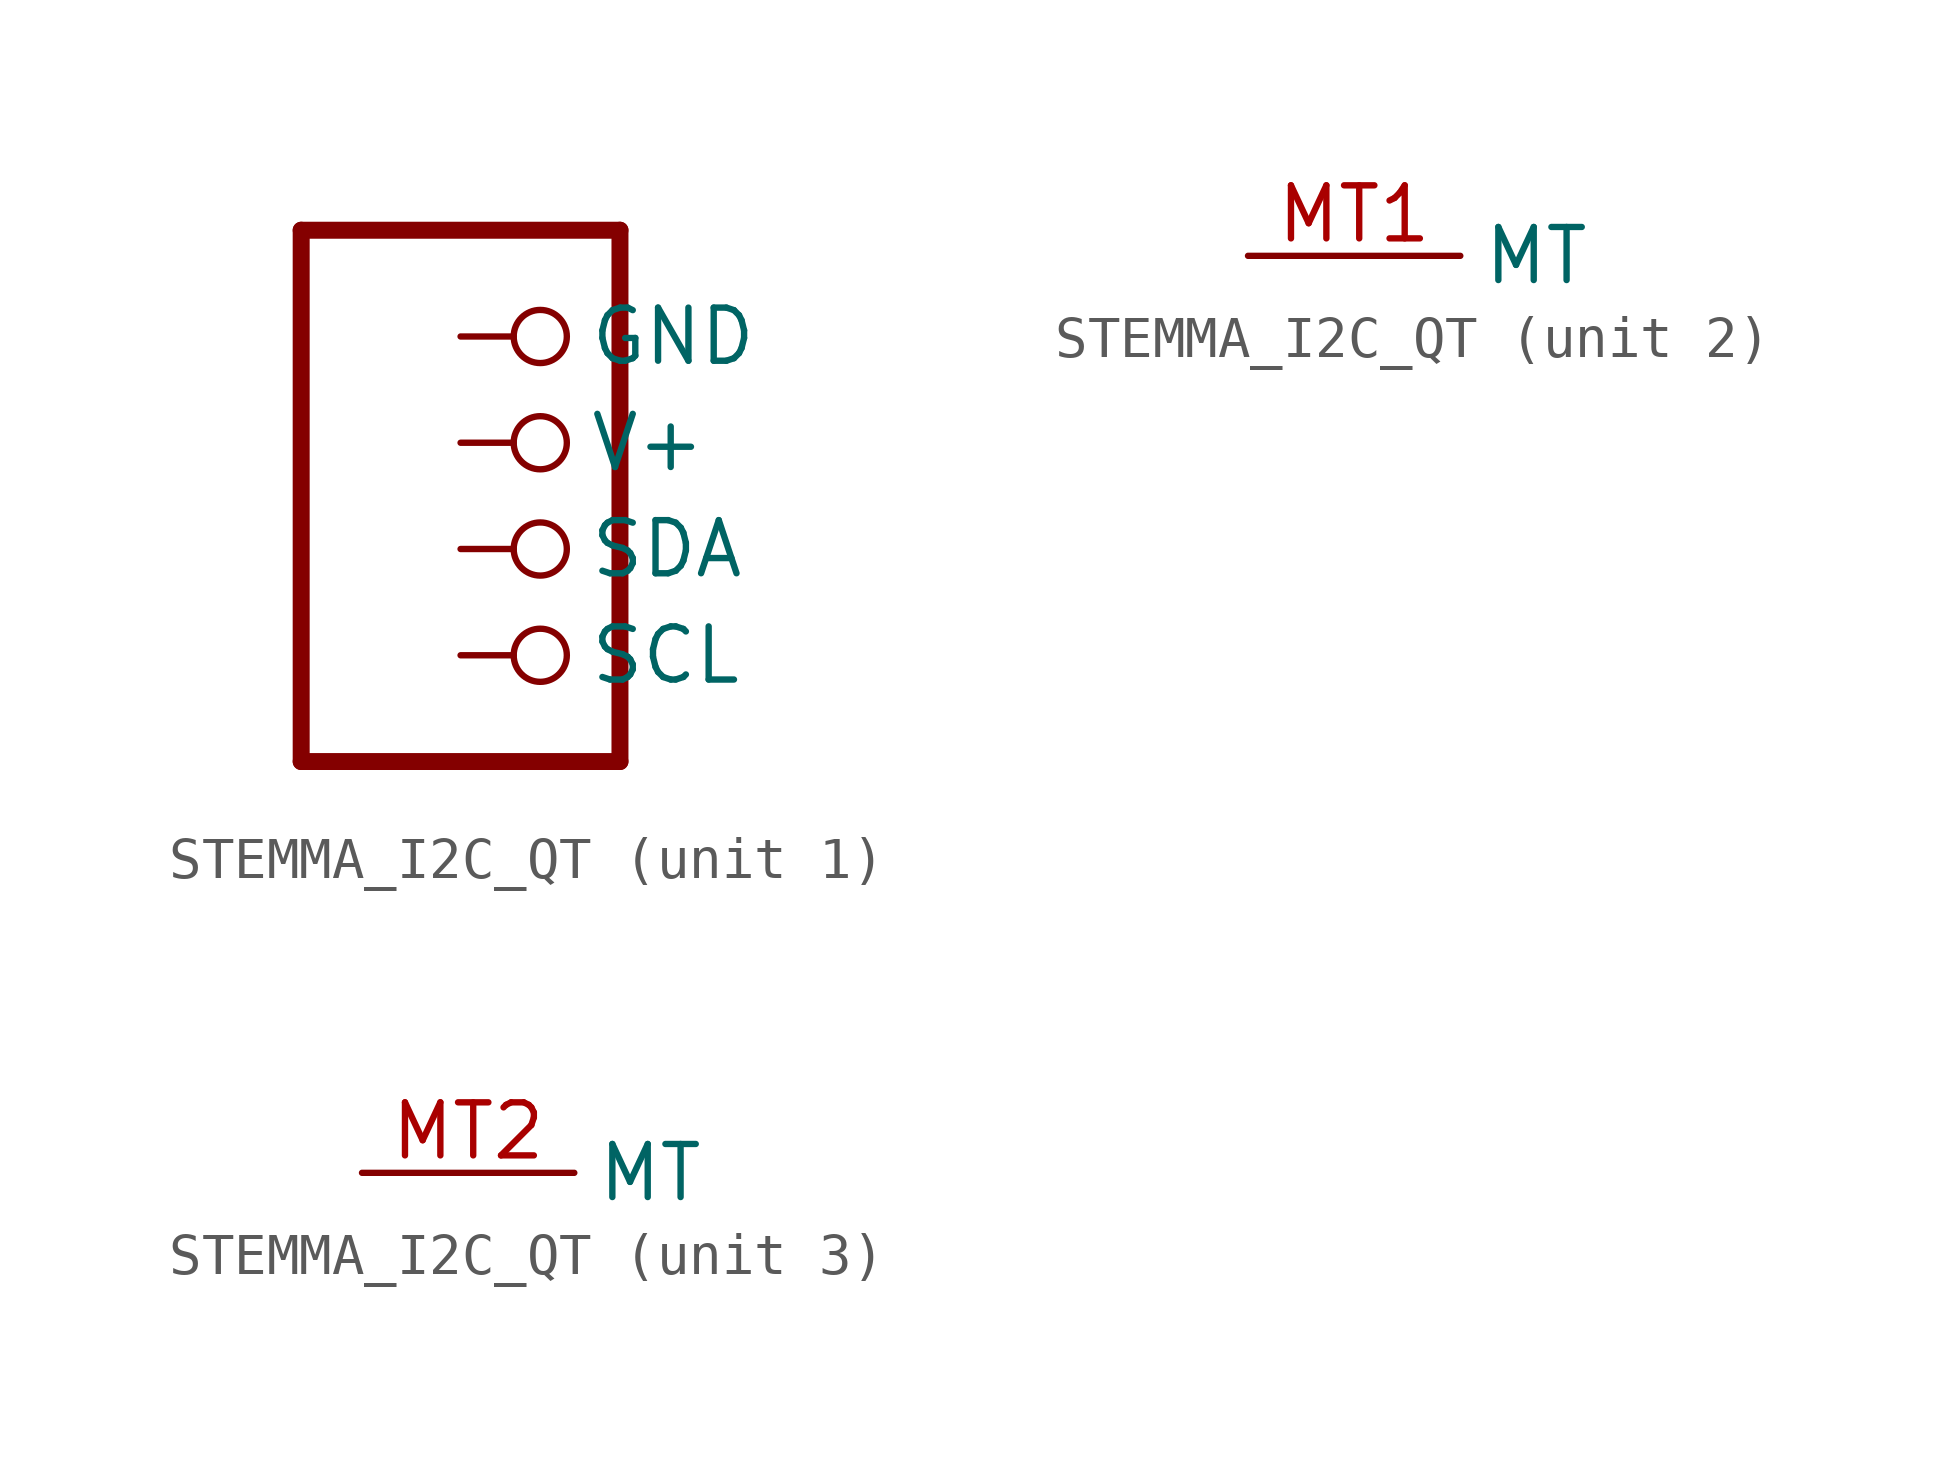
<source format=kicad_sym>
(kicad_symbol_lib
  (version 20211014)
  (generator kicad_symbol_editor)
  (symbol "STEMMA_I2C_QT"
    (property "Reference" "CONN"
      (at -3.81 8.255 0)
      (effects (font (size 1.778 1.511)) (justify left bottom) hide))
    (property "ki_locked" ""
      (at 0 0 0)
      (effects (font (size 1.27 1.27))))
    (symbol "STEMMA_I2C_QT_1_0"
      (polyline (pts (xy -3.81 -5.08) (xy 3.81 -5.08)) (stroke (width 0.406) (type default) (color 0 0 0 0)) (fill (type none)))
      (polyline (pts (xy -3.81 7.62) (xy -3.81 -5.08)) (stroke (width 0.406) (type default) (color 0 0 0 0)) (fill (type none)))
      (polyline (pts (xy 3.81 -5.08) (xy 3.81 7.62)) (stroke (width 0.406) (type default) (color 0 0 0 0)) (fill (type none)))
      (polyline (pts (xy 3.81 7.62) (xy -3.81 7.62)) (stroke (width 0.406) (type default) (color 0 0 0 0)) (fill (type none)))
      (pin passive inverted (at 0 5.08 0) (length 2.54) (name "GND" (effects (font (size 1.27 1.27)))) (number "1" (effects (font (size 0 0)))))
      (pin passive inverted (at 0 2.54 0) (length 2.54) (name "V+" (effects (font (size 1.27 1.27)))) (number "2" (effects (font (size 0 0)))))
      (pin passive inverted (at 0 0 0) (length 2.54) (name "SDA" (effects (font (size 1.27 1.27)))) (number "3" (effects (font (size 0 0)))))
      (pin passive inverted (at 0 -2.54 0) (length 2.54) (name "SCL" (effects (font (size 1.27 1.27)))) (number "4" (effects (font (size 0 0))))))
    (symbol "STEMMA_I2C_QT_2_0"
      (pin bidirectional line (at 0 0 0) (length 5.08) (name "MT" (effects (font (size 1.27 1.27)))) (number "MT1" (effects (font (size 1.27 1.27))))))
    (symbol "STEMMA_I2C_QT_3_0"
      (pin bidirectional line (at 0 0 0) (length 5.08) (name "MT" (effects (font (size 1.27 1.27)))) (number "MT2" (effects (font (size 1.27 1.27))))))))
</source>
